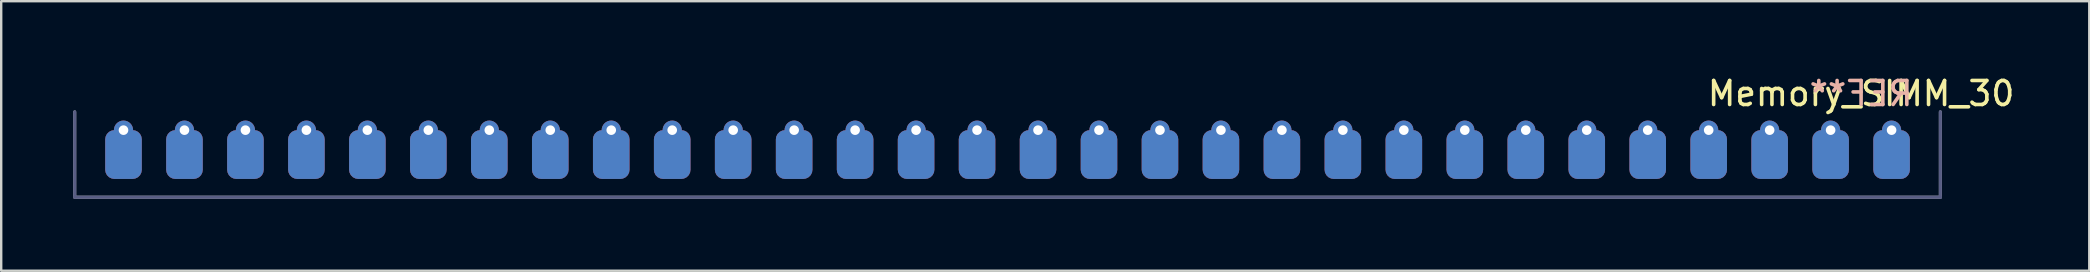
<source format=kicad_pcb>
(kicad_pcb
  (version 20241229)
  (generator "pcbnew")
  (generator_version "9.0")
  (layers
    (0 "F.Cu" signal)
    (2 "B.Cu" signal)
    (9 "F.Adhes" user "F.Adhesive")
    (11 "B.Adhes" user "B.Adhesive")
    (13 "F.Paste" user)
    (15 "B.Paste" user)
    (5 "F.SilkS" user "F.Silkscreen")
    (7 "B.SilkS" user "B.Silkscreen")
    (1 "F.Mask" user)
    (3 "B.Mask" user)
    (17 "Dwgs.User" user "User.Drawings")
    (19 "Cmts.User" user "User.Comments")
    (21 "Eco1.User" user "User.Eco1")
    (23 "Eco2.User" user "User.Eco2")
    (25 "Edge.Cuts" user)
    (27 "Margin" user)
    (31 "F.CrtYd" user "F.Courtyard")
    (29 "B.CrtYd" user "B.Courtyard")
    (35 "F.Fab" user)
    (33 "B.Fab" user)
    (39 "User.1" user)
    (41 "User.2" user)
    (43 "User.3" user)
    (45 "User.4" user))
  (footprint "Memory_SIMM_30"
    (layer "F.Cu")
    (at 38.925 3.388)
    (property "Reference" "Memory_SIMM_30" (at 35.56 -2.54 0) (layer "F.SilkS") (effects (font (size 1 1) (thickness 0.15))))
    (attr through_hole)
    (fp_line (start -38.862 1.778) (end -38.862 -1.778) (stroke (width 0.127) (type solid)) (layer "B.Fab"))
    (fp_line (start 38.862 -1.778) (end 38.862 1.778) (stroke (width 0.127) (type solid)) (layer "B.Fab"))
    (fp_line (start 38.862 1.778) (end -38.862 1.778) (stroke (width 0.127) (type solid)) (layer "B.Fab"))
    (fp_line (start -38.862 1.778) (end -38.862 -1.778) (stroke (width 0.127) (type solid)) (layer "F.Fab"))
    (fp_line (start 38.862 -1.778) (end 38.862 1.778) (stroke (width 0.127) (type solid)) (layer "F.Fab"))
    (fp_line (start 38.862 1.778) (end -38.862 1.778) (stroke (width 0.127) (type solid)) (layer "F.Fab"))
    (fp_text user "REF**" (at 35.56 -2.54 0) (layer "B.SilkS") (effects (font (size 1 1) (thickness 0.15)) (justify mirror)))
    (pad "1" thru_hole circle (at -36.83 -1.016) (size 0.8 0.8) (drill 0.4) (layers "*.Cu" "*.Mask"))
    (pad "1" smd roundrect (at -36.83 0) (size 1.524 2.032) (layers "F.Cu" "F.Mask") (roundrect_rratio 0.25))
    (pad "1" smd roundrect (at -36.83 0) (size 1.524 2.032) (layers "B.Cu" "B.Mask") (roundrect_rratio 0.25))
    (pad "2" thru_hole circle (at -34.29 -1.016) (size 0.8 0.8) (drill 0.4) (layers "*.Cu" "*.Mask"))
    (pad "2" smd roundrect (at -34.29 0) (size 1.524 2.032) (layers "F.Cu" "F.Mask") (roundrect_rratio 0.25))
    (pad "2" smd roundrect (at -34.29 0) (size 1.524 2.032) (layers "B.Cu" "B.Mask") (roundrect_rratio 0.25))
    (pad "3" thru_hole circle (at -31.75 -1.016) (size 0.8 0.8) (drill 0.4) (layers "*.Cu" "*.Mask"))
    (pad "3" smd roundrect (at -31.75 0) (size 1.524 2.032) (layers "F.Cu" "F.Mask") (roundrect_rratio 0.25))
    (pad "3" smd roundrect (at -31.75 0) (size 1.524 2.032) (layers "B.Cu" "B.Mask") (roundrect_rratio 0.25))
    (pad "4" thru_hole circle (at -29.21 -1.016) (size 0.8 0.8) (drill 0.4) (layers "*.Cu" "*.Mask"))
    (pad "4" smd roundrect (at -29.21 0) (size 1.524 2.032) (layers "F.Cu" "F.Mask") (roundrect_rratio 0.25))
    (pad "4" smd roundrect (at -29.21 0) (size 1.524 2.032) (layers "B.Cu" "B.Mask") (roundrect_rratio 0.25))
    (pad "5" thru_hole circle (at -26.67 -1.016) (size 0.8 0.8) (drill 0.4) (layers "*.Cu" "*.Mask"))
    (pad "5" smd roundrect (at -26.67 0) (size 1.524 2.032) (layers "F.Cu" "F.Mask") (roundrect_rratio 0.25))
    (pad "5" smd roundrect (at -26.67 0) (size 1.524 2.032) (layers "B.Cu" "B.Mask") (roundrect_rratio 0.25))
    (pad "6" thru_hole circle (at -24.13 -1.016) (size 0.8 0.8) (drill 0.4) (layers "*.Cu" "*.Mask"))
    (pad "6" smd roundrect (at -24.13 0) (size 1.524 2.032) (layers "F.Cu" "F.Mask") (roundrect_rratio 0.25))
    (pad "6" smd roundrect (at -24.13 0) (size 1.524 2.032) (layers "B.Cu" "B.Mask") (roundrect_rratio 0.25))
    (pad "7" thru_hole circle (at -21.59 -1.016) (size 0.8 0.8) (drill 0.4) (layers "*.Cu" "*.Mask"))
    (pad "7" smd roundrect (at -21.59 0) (size 1.524 2.032) (layers "F.Cu" "F.Mask") (roundrect_rratio 0.25))
    (pad "7" smd roundrect (at -21.59 0) (size 1.524 2.032) (layers "B.Cu" "B.Mask") (roundrect_rratio 0.25))
    (pad "8" thru_hole circle (at -19.05 -1.016) (size 0.8 0.8) (drill 0.4) (layers "*.Cu" "*.Mask"))
    (pad "8" smd roundrect (at -19.05 0) (size 1.524 2.032) (layers "F.Cu" "F.Mask") (roundrect_rratio 0.25))
    (pad "8" smd roundrect (at -19.05 0) (size 1.524 2.032) (layers "B.Cu" "B.Mask") (roundrect_rratio 0.25))
    (pad "9" thru_hole circle (at -16.51 -1.016) (size 0.8 0.8) (drill 0.4) (layers "*.Cu" "*.Mask"))
    (pad "9" smd roundrect (at -16.51 0) (size 1.524 2.032) (layers "F.Cu" "F.Mask") (roundrect_rratio 0.25))
    (pad "9" smd roundrect (at -16.51 0) (size 1.524 2.032) (layers "B.Cu" "B.Mask") (roundrect_rratio 0.25))
    (pad "10" thru_hole circle (at -13.97 -1.016) (size 0.8 0.8) (drill 0.4) (layers "*.Cu" "*.Mask"))
    (pad "10" smd roundrect (at -13.97 0) (size 1.524 2.032) (layers "F.Cu" "F.Mask") (roundrect_rratio 0.25))
    (pad "10" smd roundrect (at -13.97 0) (size 1.524 2.032) (layers "B.Cu" "B.Mask") (roundrect_rratio 0.25))
    (pad "11" thru_hole circle (at -11.43 -1.016) (size 0.8 0.8) (drill 0.4) (layers "*.Cu" "*.Mask"))
    (pad "11" smd roundrect (at -11.43 0) (size 1.524 2.032) (layers "F.Cu" "F.Mask") (roundrect_rratio 0.25))
    (pad "11" smd roundrect (at -11.43 0) (size 1.524 2.032) (layers "B.Cu" "B.Mask") (roundrect_rratio 0.25))
    (pad "12" thru_hole circle (at -8.89 -1.016) (size 0.8 0.8) (drill 0.4) (layers "*.Cu" "*.Mask"))
    (pad "12" smd roundrect (at -8.89 0) (size 1.524 2.032) (layers "F.Cu" "F.Mask") (roundrect_rratio 0.25))
    (pad "12" smd roundrect (at -8.89 0) (size 1.524 2.032) (layers "B.Cu" "B.Mask") (roundrect_rratio 0.25))
    (pad "13" thru_hole circle (at -6.35 -1.016) (size 0.8 0.8) (drill 0.4) (layers "*.Cu" "*.Mask"))
    (pad "13" smd roundrect (at -6.35 0) (size 1.524 2.032) (layers "F.Cu" "F.Mask") (roundrect_rratio 0.25))
    (pad "13" smd roundrect (at -6.35 0) (size 1.524 2.032) (layers "B.Cu" "B.Mask") (roundrect_rratio 0.25))
    (pad "14" thru_hole circle (at -3.81 -1.016) (size 0.8 0.8) (drill 0.4) (layers "*.Cu" "*.Mask"))
    (pad "14" smd roundrect (at -3.81 0) (size 1.524 2.032) (layers "F.Cu" "F.Mask") (roundrect_rratio 0.25))
    (pad "14" smd roundrect (at -3.81 0) (size 1.524 2.032) (layers "B.Cu" "B.Mask") (roundrect_rratio 0.25))
    (pad "15" thru_hole circle (at -1.27 -1.016) (size 0.8 0.8) (drill 0.4) (layers "*.Cu" "*.Mask"))
    (pad "15" smd roundrect (at -1.27 0) (size 1.524 2.032) (layers "F.Cu" "F.Mask") (roundrect_rratio 0.25))
    (pad "15" smd roundrect (at -1.27 0) (size 1.524 2.032) (layers "B.Cu" "B.Mask") (roundrect_rratio 0.25))
    (pad "16" thru_hole circle (at 1.27 -1.016) (size 0.8 0.8) (drill 0.4) (layers "*.Cu" "*.Mask"))
    (pad "16" smd roundrect (at 1.27 0) (size 1.524 2.032) (layers "F.Cu" "F.Mask") (roundrect_rratio 0.25))
    (pad "16" smd roundrect (at 1.27 0) (size 1.524 2.032) (layers "B.Cu" "B.Mask") (roundrect_rratio 0.25))
    (pad "17" thru_hole circle (at 3.81 -1.016) (size 0.8 0.8) (drill 0.4) (layers "*.Cu" "*.Mask"))
    (pad "17" smd roundrect (at 3.81 0) (size 1.524 2.032) (layers "F.Cu" "F.Mask") (roundrect_rratio 0.25))
    (pad "17" smd roundrect (at 3.81 0) (size 1.524 2.032) (layers "B.Cu" "B.Mask") (roundrect_rratio 0.25))
    (pad "18" thru_hole circle (at 6.35 -1.016) (size 0.8 0.8) (drill 0.4) (layers "*.Cu" "*.Mask"))
    (pad "18" smd roundrect (at 6.35 0) (size 1.524 2.032) (layers "F.Cu" "F.Mask") (roundrect_rratio 0.25))
    (pad "18" smd roundrect (at 6.35 0) (size 1.524 2.032) (layers "B.Cu" "B.Mask") (roundrect_rratio 0.25))
    (pad "19" thru_hole circle (at 8.89 -1.016) (size 0.8 0.8) (drill 0.4) (layers "*.Cu" "*.Mask"))
    (pad "19" smd roundrect (at 8.89 0) (size 1.524 2.032) (layers "F.Cu" "F.Mask") (roundrect_rratio 0.25))
    (pad "19" smd roundrect (at 8.89 0) (size 1.524 2.032) (layers "B.Cu" "B.Mask") (roundrect_rratio 0.25))
    (pad "20" thru_hole circle (at 11.43 -1.016) (size 0.8 0.8) (drill 0.4) (layers "*.Cu" "*.Mask"))
    (pad "20" smd roundrect (at 11.43 0) (size 1.524 2.032) (layers "F.Cu" "F.Mask") (roundrect_rratio 0.25))
    (pad "20" smd roundrect (at 11.43 0) (size 1.524 2.032) (layers "B.Cu" "B.Mask") (roundrect_rratio 0.25))
    (pad "21" thru_hole circle (at 13.97 -1.016) (size 0.8 0.8) (drill 0.4) (layers "*.Cu" "*.Mask"))
    (pad "21" smd roundrect (at 13.97 0) (size 1.524 2.032) (layers "F.Cu" "F.Mask") (roundrect_rratio 0.25))
    (pad "21" smd roundrect (at 13.97 0) (size 1.524 2.032) (layers "B.Cu" "B.Mask") (roundrect_rratio 0.25))
    (pad "22" thru_hole circle (at 16.51 -1.016) (size 0.8 0.8) (drill 0.4) (layers "*.Cu" "*.Mask"))
    (pad "22" smd roundrect (at 16.51 0) (size 1.524 2.032) (layers "F.Cu" "F.Mask") (roundrect_rratio 0.25))
    (pad "22" smd roundrect (at 16.51 0) (size 1.524 2.032) (layers "B.Cu" "B.Mask") (roundrect_rratio 0.25))
    (pad "23" thru_hole circle (at 19.05 -1.016) (size 0.8 0.8) (drill 0.4) (layers "*.Cu" "*.Mask"))
    (pad "23" smd roundrect (at 19.05 0) (size 1.524 2.032) (layers "F.Cu" "F.Mask") (roundrect_rratio 0.25))
    (pad "23" smd roundrect (at 19.05 0) (size 1.524 2.032) (layers "B.Cu" "B.Mask") (roundrect_rratio 0.25))
    (pad "24" thru_hole circle (at 21.59 -1.016) (size 0.8 0.8) (drill 0.4) (layers "*.Cu" "*.Mask"))
    (pad "24" smd roundrect (at 21.59 0) (size 1.524 2.032) (layers "F.Cu" "F.Mask") (roundrect_rratio 0.25))
    (pad "24" smd roundrect (at 21.59 0) (size 1.524 2.032) (layers "B.Cu" "B.Mask") (roundrect_rratio 0.25))
    (pad "25" thru_hole circle (at 24.13 -1.016) (size 0.8 0.8) (drill 0.4) (layers "*.Cu" "*.Mask"))
    (pad "25" smd roundrect (at 24.13 0) (size 1.524 2.032) (layers "F.Cu" "F.Mask") (roundrect_rratio 0.25))
    (pad "25" smd roundrect (at 24.13 0) (size 1.524 2.032) (layers "B.Cu" "B.Mask") (roundrect_rratio 0.25))
    (pad "26" thru_hole circle (at 26.67 -1.016) (size 0.8 0.8) (drill 0.4) (layers "*.Cu" "*.Mask"))
    (pad "26" smd roundrect (at 26.67 0) (size 1.524 2.032) (layers "F.Cu" "F.Mask") (roundrect_rratio 0.25))
    (pad "26" smd roundrect (at 26.67 0) (size 1.524 2.032) (layers "B.Cu" "B.Mask") (roundrect_rratio 0.25))
    (pad "27" thru_hole circle (at 29.21 -1.016) (size 0.8 0.8) (drill 0.4) (layers "*.Cu" "*.Mask"))
    (pad "27" smd roundrect (at 29.21 0) (size 1.524 2.032) (layers "F.Cu" "F.Mask") (roundrect_rratio 0.25))
    (pad "27" smd roundrect (at 29.21 0) (size 1.524 2.032) (layers "B.Cu" "B.Mask") (roundrect_rratio 0.25))
    (pad "28" thru_hole circle (at 31.75 -1.016) (size 0.8 0.8) (drill 0.4) (layers "*.Cu" "*.Mask"))
    (pad "28" smd roundrect (at 31.75 0) (size 1.524 2.032) (layers "F.Cu") (roundrect_rratio 0.25))
    (pad "28" smd roundrect (at 31.75 0) (size 1.524 2.032) (layers "B.Cu" "B.Mask") (roundrect_rratio 0.25))
    (pad "29" thru_hole circle (at 34.29 -1.016) (size 0.8 0.8) (drill 0.4) (layers "*.Cu" "*.Mask"))
    (pad "29" smd roundrect (at 34.29 0) (size 1.524 2.032) (layers "F.Cu" "F.Mask") (roundrect_rratio 0.25))
    (pad "29" smd roundrect (at 34.29 0) (size 1.524 2.032) (layers "B.Cu" "B.Mask") (roundrect_rratio 0.25))
    (pad "30" thru_hole circle (at 36.83 -1.016) (size 0.8 0.8) (drill 0.4) (layers "*.Cu" "*.Mask"))
    (pad "30" smd roundrect (at 36.83 0) (size 1.524 2.032) (layers "F.Cu" "F.Mask") (roundrect_rratio 0.25))
    (pad "30" smd roundrect (at 36.83 0) (size 1.524 2.032) (layers "B.Cu" "B.Mask") (roundrect_rratio 0.25)))
  (gr_rect
    (start -3 -3)
    (end 83.991 8.23)
    (stroke (width 0.1) (type default))
    (fill no)
    (layer "Edge.Cuts")))
</source>
